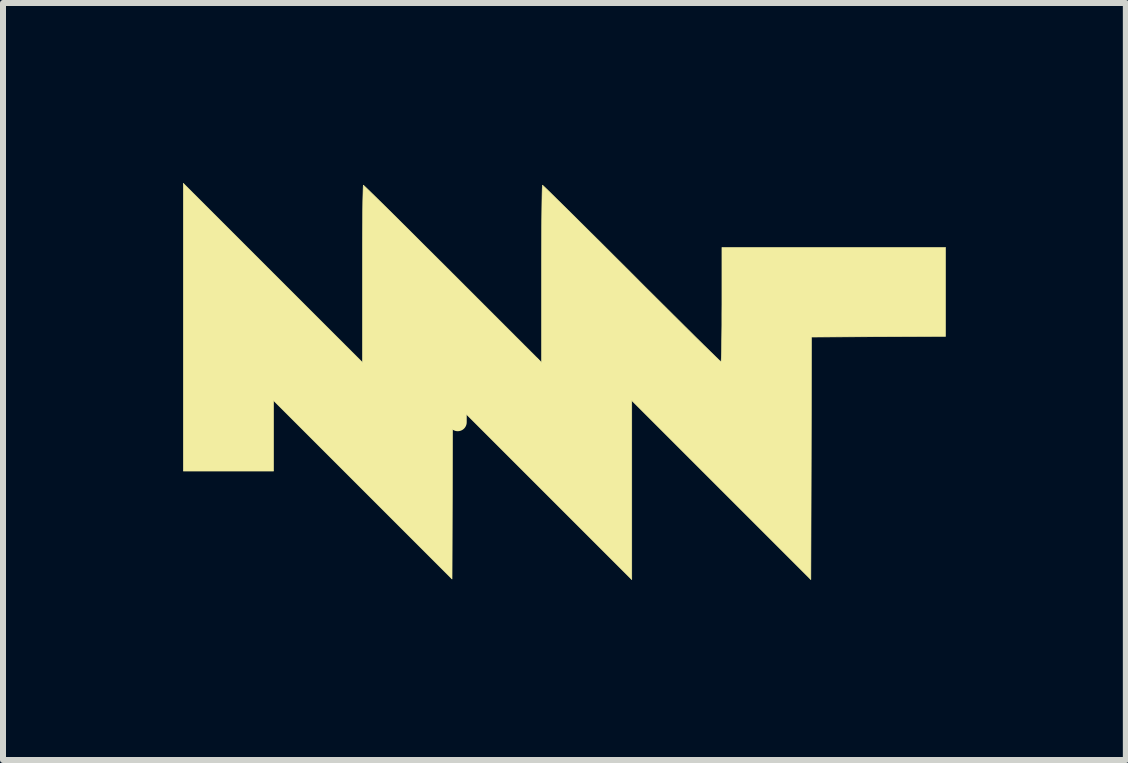
<source format=kicad_pcb>
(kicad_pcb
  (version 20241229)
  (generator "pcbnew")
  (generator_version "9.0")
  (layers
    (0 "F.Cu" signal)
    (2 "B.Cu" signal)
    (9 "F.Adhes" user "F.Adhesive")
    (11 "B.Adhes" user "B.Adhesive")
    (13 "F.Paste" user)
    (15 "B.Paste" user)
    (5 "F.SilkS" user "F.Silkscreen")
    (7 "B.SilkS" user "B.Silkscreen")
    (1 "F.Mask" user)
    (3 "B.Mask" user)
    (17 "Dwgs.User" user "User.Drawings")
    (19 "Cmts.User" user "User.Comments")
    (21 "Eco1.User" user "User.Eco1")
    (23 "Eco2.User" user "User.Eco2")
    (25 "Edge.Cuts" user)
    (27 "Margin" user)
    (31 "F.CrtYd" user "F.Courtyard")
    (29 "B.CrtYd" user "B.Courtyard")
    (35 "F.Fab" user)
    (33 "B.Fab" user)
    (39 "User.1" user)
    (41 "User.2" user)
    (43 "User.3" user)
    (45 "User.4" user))
  (footprint "mnt"
    (layer "F.Cu")
    (at 6.355 3.296)
    (property "Reference" "mnt" (at 0 0 0) (layer "F.SilkS") (effects (font (size 1.524 1.524) (thickness 0.3))))
    (attr through_hole)
    (fp_poly (pts (xy -4.858 -1.799) (xy -3.365 -0.307) (xy -3.365 -1.783) (xy -3.365 -2.029) (xy -3.365 -2.262) (xy -3.364 -2.479) (xy -3.362 -2.676) (xy -3.361 -2.85) (xy -3.359 -2.998) (xy -3.356 -3.116) (xy -3.354 -3.201) (xy -3.352 -3.249) (xy -3.35 -3.26) (xy -3.333 -3.245) (xy -3.288 -3.202) (xy -3.218 -3.134) (xy -3.123 -3.041) (xy -3.007 -2.927) (xy -2.871 -2.793) (xy -2.718 -2.641) (xy -2.549 -2.473) (xy -2.367 -2.291) (xy -2.173 -2.098) (xy -1.969 -1.895) (xy -1.857 -1.783) (xy -0.381 -0.307) (xy -0.381 -1.783) (xy -0.381 -2.029) (xy -0.38 -2.262) (xy -0.379 -2.479) (xy -0.378 -2.676) (xy -0.376 -2.85) (xy -0.374 -2.998) (xy -0.372 -3.116) (xy -0.37 -3.201) (xy -0.367 -3.249) (xy -0.365 -3.26) (xy -0.348 -3.245) (xy -0.303 -3.202) (xy -0.233 -3.134) (xy -0.139 -3.041) (xy -0.023 -2.927) (xy 0.113 -2.793) (xy 0.266 -2.641) (xy 0.435 -2.473) (xy 0.618 -2.292) (xy 0.811 -2.099) (xy 1.015 -1.896) (xy 1.122 -1.789) (xy 1.329 -1.581) (xy 1.528 -1.383) (xy 1.717 -1.195) (xy 1.893 -1.02) (xy 2.054 -0.86) (xy 2.199 -0.716) (xy 2.325 -0.592) (xy 2.431 -0.488) (xy 2.514 -0.407) (xy 2.572 -0.351) (xy 2.604 -0.321) (xy 2.609 -0.318) (xy 2.612 -0.338) (xy 2.615 -0.397) (xy 2.618 -0.489) (xy 2.62 -0.611) (xy 2.622 -0.759) (xy 2.624 -0.927) (xy 2.624 -1.113) (xy 2.625 -1.27) (xy 2.625 -2.223) (xy 6.35 -2.223) (xy 6.35 -0.741) (xy 5.233 -0.736) (xy 4.117 -0.73) (xy 4.112 1.291) (xy 4.106 3.312) (xy 1.122 0.328) (xy 1.122 3.312) (xy -1.862 0.328) (xy -1.868 1.815) (xy -1.873 3.302) (xy -3.36 1.815) (xy -4.847 0.328) (xy -4.847 1.503) (xy -6.35 1.503) (xy -6.35 -3.291) (xy -4.858 -1.799)) (stroke (width 0.01) (type solid)) (fill yes) (layer "F.SilkS")))
  (gr_rect
    (start -3 -3)
    (end 15.71 9.614)
    (stroke (width 0.1) (type default))
    (fill no)
    (layer "Edge.Cuts")))
</source>
